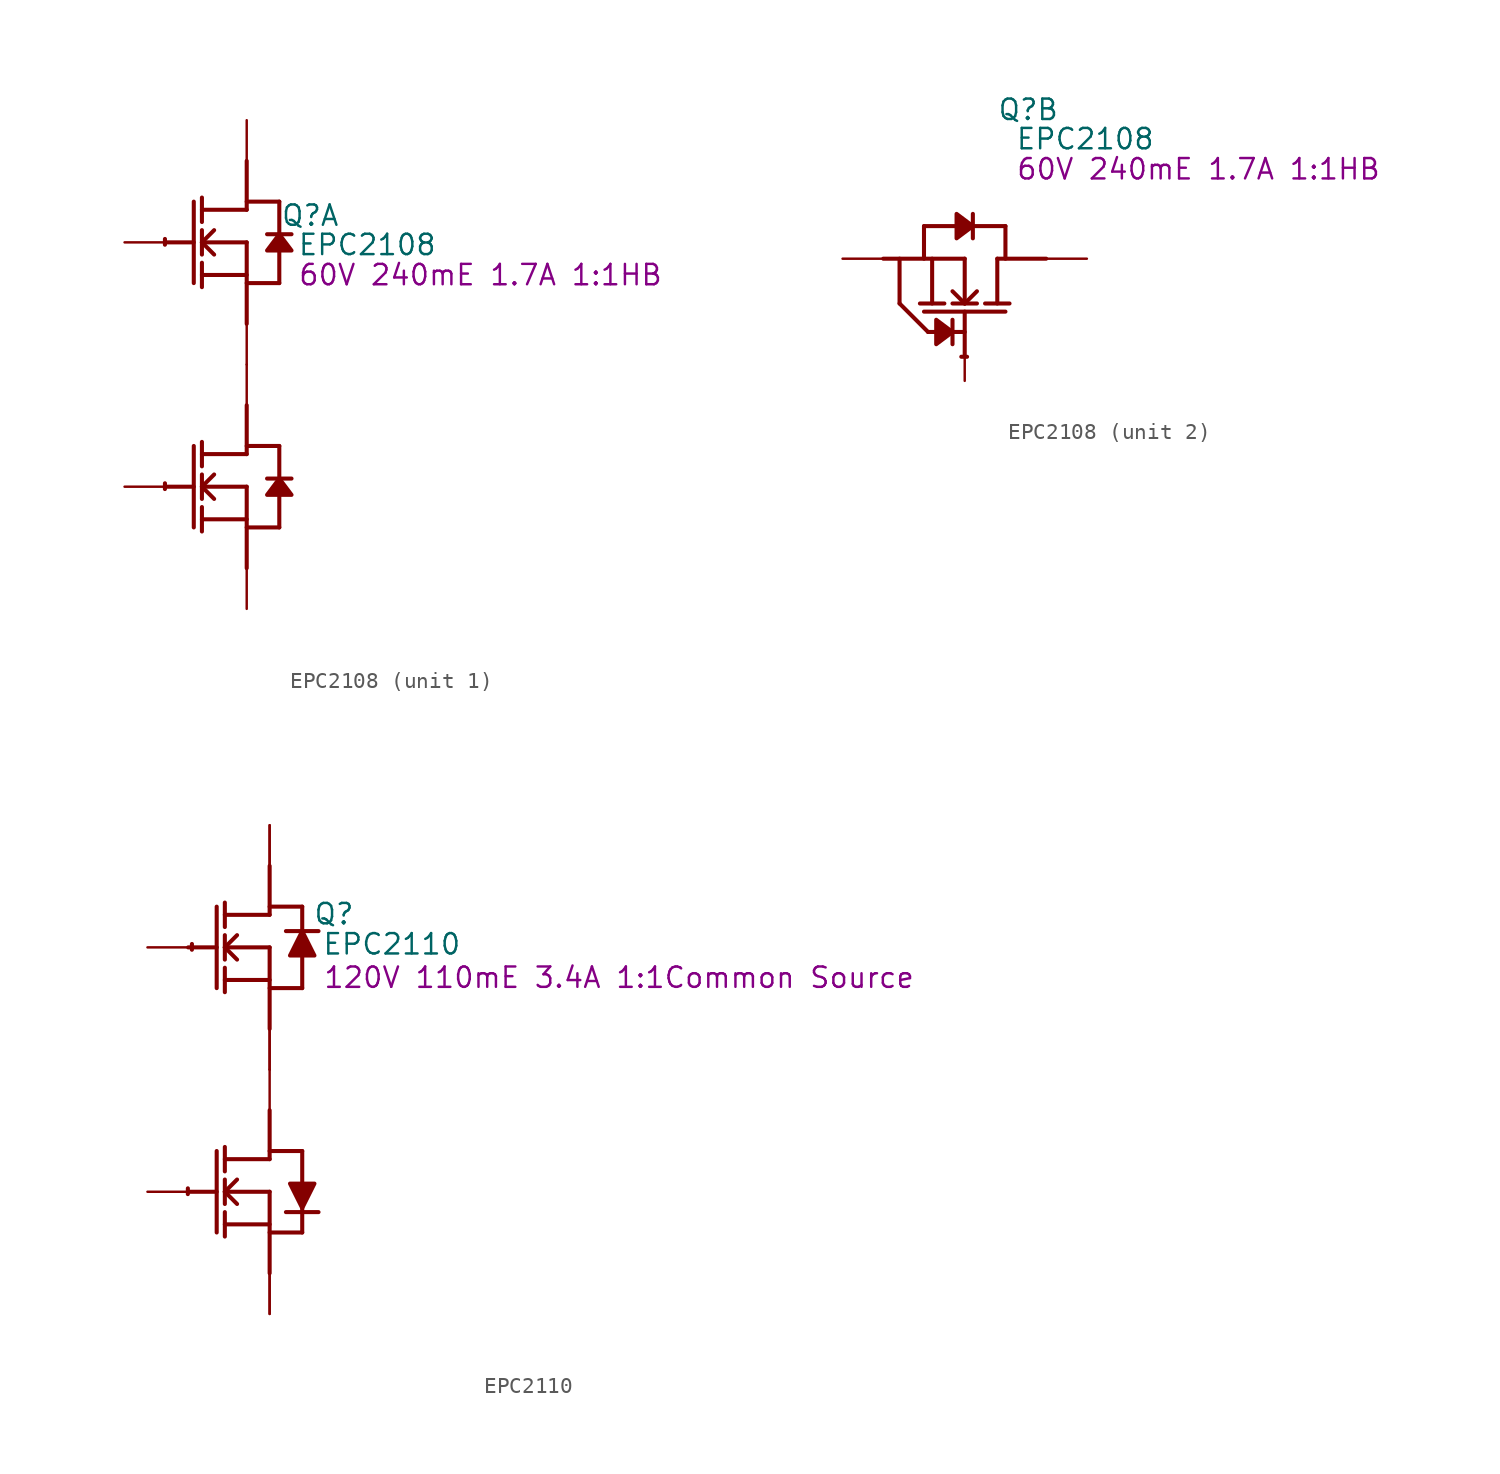
<source format=kicad_sym>
(kicad_symbol_lib
  (version 20241209)
  (generator "kicad_symbol_editor")
  (generator_version "9.0")
  (symbol "EPC2108"
    (property "Reference" "Q"
      (at 3.962 9.296 0)
      (effects (font (size 1.27 1.27))))
    (property "Value" "EPC2108"
      (at 7.518 7.468 0)
      (effects (font (size 1.27 1.27))))
    (property "Datasheet" "60V 240mE 1.7A 1:1HB"
      (at 14.58 5.588 0)
      (effects (font (size 1.27 1.27))))
    (symbol "EPC2108_1_0"
      (polyline (pts (xy -5.08 7.62) (xy -3.302 7.62)) (stroke (width 0.254) (type solid)) (fill (type none)))
      (polyline (pts (xy -5.08 -7.62) (xy -3.302 -7.62)) (stroke (width 0.254) (type solid)) (fill (type none)))
      (polyline (pts (xy -3.302 10.16) (xy -3.302 5.08)) (stroke (width 0.254) (type solid)) (fill (type none)))
      (polyline (pts (xy -3.302 -5.08) (xy -3.302 -10.16)) (stroke (width 0.254) (type solid)) (fill (type none)))
      (polyline (pts (xy -2.794 8.89) (xy -2.794 10.414)) (stroke (width 0.254) (type solid)) (fill (type none)))
      (polyline (pts (xy -2.794 7.62) (xy -2.032 8.382)) (stroke (width 0.254) (type solid)) (fill (type none)))
      (polyline (pts (xy -2.794 7.62) (xy 0 7.62)) (stroke (width 0.254) (type solid)) (fill (type none)))
      (polyline (pts (xy -2.794 6.858) (xy -2.794 8.382)) (stroke (width 0.254) (type solid)) (fill (type none)))
      (polyline (pts (xy -2.794 5.588) (xy 0 5.588)) (stroke (width 0.254) (type solid)) (fill (type none)))
      (polyline (pts (xy -2.794 4.826) (xy -2.794 6.35)) (stroke (width 0.254) (type solid)) (fill (type none)))
      (polyline (pts (xy -2.794 -6.35) (xy -2.794 -4.826)) (stroke (width 0.254) (type solid)) (fill (type none)))
      (polyline (pts (xy -2.794 -7.62) (xy -2.032 -6.858)) (stroke (width 0.254) (type solid)) (fill (type none)))
      (polyline (pts (xy -2.794 -7.62) (xy 0 -7.62)) (stroke (width 0.254) (type solid)) (fill (type none)))
      (polyline (pts (xy -2.794 -8.382) (xy -2.794 -6.858)) (stroke (width 0.254) (type solid)) (fill (type none)))
      (polyline (pts (xy -2.794 -9.652) (xy 0 -9.652)) (stroke (width 0.254) (type solid)) (fill (type none)))
      (polyline (pts (xy -2.794 -10.414) (xy -2.794 -8.89)) (stroke (width 0.254) (type solid)) (fill (type none)))
      (polyline (pts (xy -2.032 6.858) (xy -2.794 7.62)) (stroke (width 0.254) (type solid)) (fill (type none)))
      (polyline (pts (xy -2.032 -8.382) (xy -2.794 -7.62)) (stroke (width 0.254) (type solid)) (fill (type none)))
      (polyline (pts (xy 0 10.16) (xy 2.032 10.16)) (stroke (width 0.254) (type solid)) (fill (type none)))
      (polyline (pts (xy 0 9.652) (xy -2.794 9.652)) (stroke (width 0.254) (type solid)) (fill (type none)))
      (polyline (pts (xy 0 9.652) (xy 0 12.7)) (stroke (width 0.254) (type solid)) (fill (type none)))
      (polyline (pts (xy 0 7.62) (xy 0 2.54)) (stroke (width 0.254) (type solid)) (fill (type none)))
      (polyline (pts (xy 0 5.08) (xy 2.032 5.08)) (stroke (width 0.254) (type solid)) (fill (type none)))
      (polyline (pts (xy 0 -5.08) (xy 2.032 -5.08)) (stroke (width 0.254) (type solid)) (fill (type none)))
      (polyline (pts (xy 0 -5.588) (xy -2.794 -5.588)) (stroke (width 0.254) (type solid)) (fill (type none)))
      (polyline (pts (xy 0 -5.588) (xy 0 -2.54)) (stroke (width 0.254) (type solid)) (fill (type none)))
      (polyline (pts (xy 0 -7.62) (xy 0 -12.7)) (stroke (width 0.254) (type solid)) (fill (type none)))
      (polyline (pts (xy 0 -10.16) (xy 2.032 -10.16)) (stroke (width 0.254) (type solid)) (fill (type none)))
      (arc (start -5.1019 7.4733) (mid -5.1039 7.6531) (end -5.0996 7.8328) (stroke (width 0.254) (type solid)) (fill (type none)))
      (arc (start -5.1019 -7.7667) (mid -5.1039 -7.5869) (end -5.0996 -7.4072) (stroke (width 0.254) (type solid)) (fill (type none)))
      (polyline (pts (xy 2.032 10.16) (xy 2.032 8.128)) (stroke (width 0.254) (type solid)) (fill (type none)))
      (polyline (pts (xy 2.032 8.128) (xy 1.27 7.112) (xy 2.794 7.112) (xy 2.032 8.128)) (stroke (width 0.254) (type solid)) (fill (type outline)))
      (polyline (pts (xy 2.032 7.112) (xy 2.032 5.08)) (stroke (width 0.254) (type solid)) (fill (type none)))
      (polyline (pts (xy 2.032 -5.08) (xy 2.032 -7.112)) (stroke (width 0.254) (type solid)) (fill (type none)))
      (polyline (pts (xy 2.032 -7.112) (xy 1.27 -8.128) (xy 2.794 -8.128) (xy 2.032 -7.112)) (stroke (width 0.254) (type solid)) (fill (type outline)))
      (polyline (pts (xy 2.032 -8.128) (xy 2.032 -10.16)) (stroke (width 0.254) (type solid)) (fill (type none)))
      (polyline (pts (xy 2.794 8.128) (xy 1.27 8.128)) (stroke (width 0.254) (type solid)) (fill (type none)))
      (polyline (pts (xy 2.794 -7.112) (xy 1.27 -7.112)) (stroke (width 0.254) (type solid)) (fill (type none)))
      (pin passive line (at -7.62 7.62 0) (length 2.54) (name "G1" (effects (font (size 0 0)))) (number "1" (effects (font (size 0 0)))))
      (pin open_collector line (at -7.62 -7.62 0) (length 2.54) (name "G2" (effects (font (size 0 0)))) (number "2" (effects (font (size 0 0)))))
      (pin open_emitter line (at 0 15.24 270) (length 2.54) (name "D1" (effects (font (size 0 0)))) (number "7" (effects (font (size 0 0)))))
      (pin open_emitter line (at 0 0 90) (length 2.54) (name "S1" (effects (font (size 0 0)))) (number "4" (effects (font (size 0 0)))))
      (pin open_emitter line (at 0 0 270) (length 2.54) (name "D2" (effects (font (size 0 0)))) (number "5" (effects (font (size 0 0)))))
      (pin open_emitter line (at 0 -15.24 90) (length 2.54) (name "S2" (effects (font (size 0 0)))) (number "8" (effects (font (size 0 0))))))
    (symbol "EPC2108_2_0"
      (polyline (pts (xy -5.08 0) (xy 0 0)) (stroke (width 0.254) (type solid)) (fill (type none)))
      (polyline (pts (xy -4.064 -2.794) (xy -4.064 0)) (stroke (width 0.254) (type solid)) (fill (type none)))
      (polyline (pts (xy -2.54 2.032) (xy -0.508 2.032)) (stroke (width 0.254) (type solid)) (fill (type none)))
      (polyline (pts (xy -2.54 0) (xy -2.54 2.032)) (stroke (width 0.254) (type solid)) (fill (type none)))
      (polyline (pts (xy -2.54 -3.302) (xy 2.54 -3.302)) (stroke (width 0.254) (type solid)) (fill (type none)))
      (polyline (pts (xy -2.286 -4.572) (xy -4.064 -2.794)) (stroke (width 0.254) (type solid)) (fill (type none)))
      (polyline (pts (xy -2.286 -4.572) (xy 0 -4.572)) (stroke (width 0.254) (type solid)) (fill (type none)))
      (polyline (pts (xy -2.032 0) (xy -2.032 -2.794)) (stroke (width 0.254) (type solid)) (fill (type none)))
      (polyline (pts (xy -1.27 -2.794) (xy -2.794 -2.794)) (stroke (width 0.254) (type solid)) (fill (type none)))
      (polyline (pts (xy -0.762 -3.81) (xy -0.762 -5.334)) (stroke (width 0.254) (type solid)) (fill (type none)))
      (polyline (pts (xy -0.762 -4.572) (xy -1.778 -3.81) (xy -1.778 -5.334) (xy -0.762 -4.572)) (stroke (width 0.254) (type solid)) (fill (type outline)))
      (arc (start 0.1467 -6.1179) (mid -0.0331 -6.1199) (end -0.2128 -6.1156) (stroke (width 0.254) (type solid)) (fill (type none)))
      (polyline (pts (xy 0 -2.794) (xy -0.762 -2.032)) (stroke (width 0.254) (type solid)) (fill (type none)))
      (polyline (pts (xy 0 -2.794) (xy 0 0)) (stroke (width 0.254) (type solid)) (fill (type none)))
      (polyline (pts (xy 0 -6.096) (xy 0 -3.302)) (stroke (width 0.254) (type solid)) (fill (type none)))
      (polyline (pts (xy 0.508 2.794) (xy 0.508 1.27)) (stroke (width 0.254) (type solid)) (fill (type none)))
      (polyline (pts (xy 0.508 2.032) (xy 2.54 2.032)) (stroke (width 0.254) (type solid)) (fill (type none)))
      (polyline (pts (xy 0.508 2.032) (xy -0.508 2.794) (xy -0.508 1.27) (xy 0.508 2.032)) (stroke (width 0.254) (type solid)) (fill (type outline)))
      (polyline (pts (xy 0.762 -2.032) (xy 0 -2.794)) (stroke (width 0.254) (type solid)) (fill (type none)))
      (polyline (pts (xy 0.762 -2.794) (xy -0.762 -2.794)) (stroke (width 0.254) (type solid)) (fill (type none)))
      (polyline (pts (xy 2.032 -2.794) (xy 2.032 0)) (stroke (width 0.254) (type solid)) (fill (type none)))
      (polyline (pts (xy 2.54 0) (xy 2.54 2.032)) (stroke (width 0.254) (type solid)) (fill (type none)))
      (polyline (pts (xy 2.794 -2.794) (xy 1.27 -2.794)) (stroke (width 0.254) (type solid)) (fill (type none)))
      (polyline (pts (xy 5.08 0) (xy 2.032 0)) (stroke (width 0.254) (type solid)) (fill (type none)))
      (pin passive line (at -7.62 0 0) (length 2.54) (name "S3" (effects (font (size 0 0)))) (number "9" (effects (font (size 0 0)))))
      (pin open_emitter line (at 0 -7.62 90) (length 2.54) (name "G3" (effects (font (size 0 0)))) (number "3" (effects (font (size 0 0)))))
      (pin open_collector line (at 7.62 0 180) (length 2.54) (name "D3" (effects (font (size 0 0)))) (number "6" (effects (font (size 0 0)))))))
  (symbol "EPC2110"
    (property "Reference" "Q"
      (at 4.013 9.703 0)
      (effects (font (size 1.27 1.27))))
    (property "Value" "EPC2110"
      (at 7.62 7.823 0)
      (effects (font (size 1.27 1.27))))
    (property "Description" "120V 110mE 3.4A 1:1Common Source"
      (at 21.793 5.74 0)
      (effects (font (size 1.27 1.27))))
    (symbol "EPC2110_1_0"
      (polyline (pts (xy -5.08 7.62) (xy -3.302 7.62)) (stroke (width 0.254) (type solid)) (fill (type none)))
      (polyline (pts (xy -5.08 -7.62) (xy -3.302 -7.62)) (stroke (width 0.254) (type solid)) (fill (type none)))
      (polyline (pts (xy -3.302 10.16) (xy -3.302 5.08)) (stroke (width 0.254) (type solid)) (fill (type none)))
      (polyline (pts (xy -3.302 -5.08) (xy -3.302 -10.16)) (stroke (width 0.254) (type solid)) (fill (type none)))
      (polyline (pts (xy -2.794 8.89) (xy -2.794 10.414)) (stroke (width 0.254) (type solid)) (fill (type none)))
      (polyline (pts (xy -2.794 7.62) (xy -2.032 8.382)) (stroke (width 0.254) (type solid)) (fill (type none)))
      (polyline (pts (xy -2.794 7.62) (xy 0 7.62)) (stroke (width 0.254) (type solid)) (fill (type none)))
      (polyline (pts (xy -2.794 6.858) (xy -2.794 8.382)) (stroke (width 0.254) (type solid)) (fill (type none)))
      (polyline (pts (xy -2.794 5.588) (xy 0 5.588)) (stroke (width 0.254) (type solid)) (fill (type none)))
      (polyline (pts (xy -2.794 4.826) (xy -2.794 6.35)) (stroke (width 0.254) (type solid)) (fill (type none)))
      (polyline (pts (xy -2.794 -6.35) (xy -2.794 -4.826)) (stroke (width 0.254) (type solid)) (fill (type none)))
      (polyline (pts (xy -2.794 -7.62) (xy -2.032 -6.858)) (stroke (width 0.254) (type solid)) (fill (type none)))
      (polyline (pts (xy -2.794 -7.62) (xy 0 -7.62)) (stroke (width 0.254) (type solid)) (fill (type none)))
      (polyline (pts (xy -2.794 -8.382) (xy -2.794 -6.858)) (stroke (width 0.254) (type solid)) (fill (type none)))
      (polyline (pts (xy -2.794 -9.652) (xy 0 -9.652)) (stroke (width 0.254) (type solid)) (fill (type none)))
      (polyline (pts (xy -2.794 -10.414) (xy -2.794 -8.89)) (stroke (width 0.254) (type solid)) (fill (type none)))
      (polyline (pts (xy -2.032 6.858) (xy -2.794 7.62)) (stroke (width 0.254) (type solid)) (fill (type none)))
      (polyline (pts (xy -2.032 -8.382) (xy -2.794 -7.62)) (stroke (width 0.254) (type solid)) (fill (type none)))
      (polyline (pts (xy 0 10.16) (xy 2.032 10.16)) (stroke (width 0.254) (type solid)) (fill (type none)))
      (polyline (pts (xy 0 9.652) (xy -2.794 9.652)) (stroke (width 0.254) (type solid)) (fill (type none)))
      (polyline (pts (xy 0 9.652) (xy 0 12.7)) (stroke (width 0.254) (type solid)) (fill (type none)))
      (polyline (pts (xy 0 7.62) (xy 0 2.54)) (stroke (width 0.254) (type solid)) (fill (type none)))
      (polyline (pts (xy 0 5.08) (xy 2.032 5.08)) (stroke (width 0.254) (type solid)) (fill (type none)))
      (polyline (pts (xy 0 -5.08) (xy 2.032 -5.08)) (stroke (width 0.254) (type solid)) (fill (type none)))
      (polyline (pts (xy 0 -5.588) (xy -2.794 -5.588)) (stroke (width 0.254) (type solid)) (fill (type none)))
      (polyline (pts (xy 0 -5.588) (xy 0 -2.54)) (stroke (width 0.254) (type solid)) (fill (type none)))
      (polyline (pts (xy 0 -7.62) (xy 0 -12.7)) (stroke (width 0.254) (type solid)) (fill (type none)))
      (polyline (pts (xy 0 -10.16) (xy 2.032 -10.16)) (stroke (width 0.254) (type solid)) (fill (type none)))
      (arc (start -5.1019 -7.7667) (mid -5.1039 -7.5869) (end -5.0996 -7.4072) (stroke (width 0.254) (type solid)) (fill (type none)))
      (arc (start -4.8479 7.4733) (mid -4.8499 7.6531) (end -4.8456 7.8328) (stroke (width 0.254) (type solid)) (fill (type none)))
      (polyline (pts (xy 1.016 -8.89) (xy 3.048 -8.89)) (stroke (width 0.254) (type solid)) (fill (type none)))
      (polyline (pts (xy 2.032 10.16) (xy 2.032 8.128)) (stroke (width 0.254) (type solid)) (fill (type none)))
      (polyline (pts (xy 2.032 8.636) (xy 1.27 7.112) (xy 2.794 7.112) (xy 2.032 8.636)) (stroke (width 0.254) (type solid)) (fill (type outline)))
      (polyline (pts (xy 2.032 7.112) (xy 2.032 5.08)) (stroke (width 0.254) (type solid)) (fill (type none)))
      (polyline (pts (xy 2.032 -5.08) (xy 2.032 -7.112)) (stroke (width 0.254) (type solid)) (fill (type none)))
      (polyline (pts (xy 2.032 -8.128) (xy 2.032 -10.16)) (stroke (width 0.254) (type solid)) (fill (type none)))
      (polyline (pts (xy 2.794 -7.112) (xy 2.032 -8.636) (xy 1.27 -7.112) (xy 2.794 -7.112)) (stroke (width 0.254) (type solid)) (fill (type outline)))
      (polyline (pts (xy 3.048 8.636) (xy 1.016 8.636)) (stroke (width 0.254) (type solid)) (fill (type none)))
      (pin passive line (at -7.62 7.62 0) (length 2.54) (name "G2" (effects (font (size 0 0)))) (number "7" (effects (font (size 0 0)))))
      (pin passive line (at -7.62 -7.62 0) (length 2.54) (name "G1" (effects (font (size 0 0)))) (number "1" (effects (font (size 0 0)))))
      (pin open_collector line (at 0 15.24 270) (length 2.54) (name "D2" (effects (font (size 0 0)))) (number "8" (effects (font (size 0 0)))))
      (pin open_collector line (at 0 15.24 270) (length 2.54) (name "D2" (effects (font (size 0 0)))) (number "9" (effects (font (size 0 0)))))
      (pin open_collector line (at 0 0 270) (length 2.54) (name "S" (effects (font (size 0 0)))) (number "4" (effects (font (size 0 0)))))
      (pin open_emitter line (at 0 0 90) (length 2.54) (name "S" (effects (font (size 0 0)))) (number "5" (effects (font (size 0 0)))))
      (pin open_emitter line (at 0 0 90) (length 2.54) (name "S" (effects (font (size 0 0)))) (number "6" (effects (font (size 0 0)))))
      (pin open_emitter line (at 0 -15.24 90) (length 2.54) (name "D1" (effects (font (size 0 0)))) (number "2" (effects (font (size 0 0)))))
      (pin open_emitter line (at 0 -15.24 90) (length 2.54) (name "D1" (effects (font (size 0 0)))) (number "3" (effects (font (size 0 0))))))))
</source>
